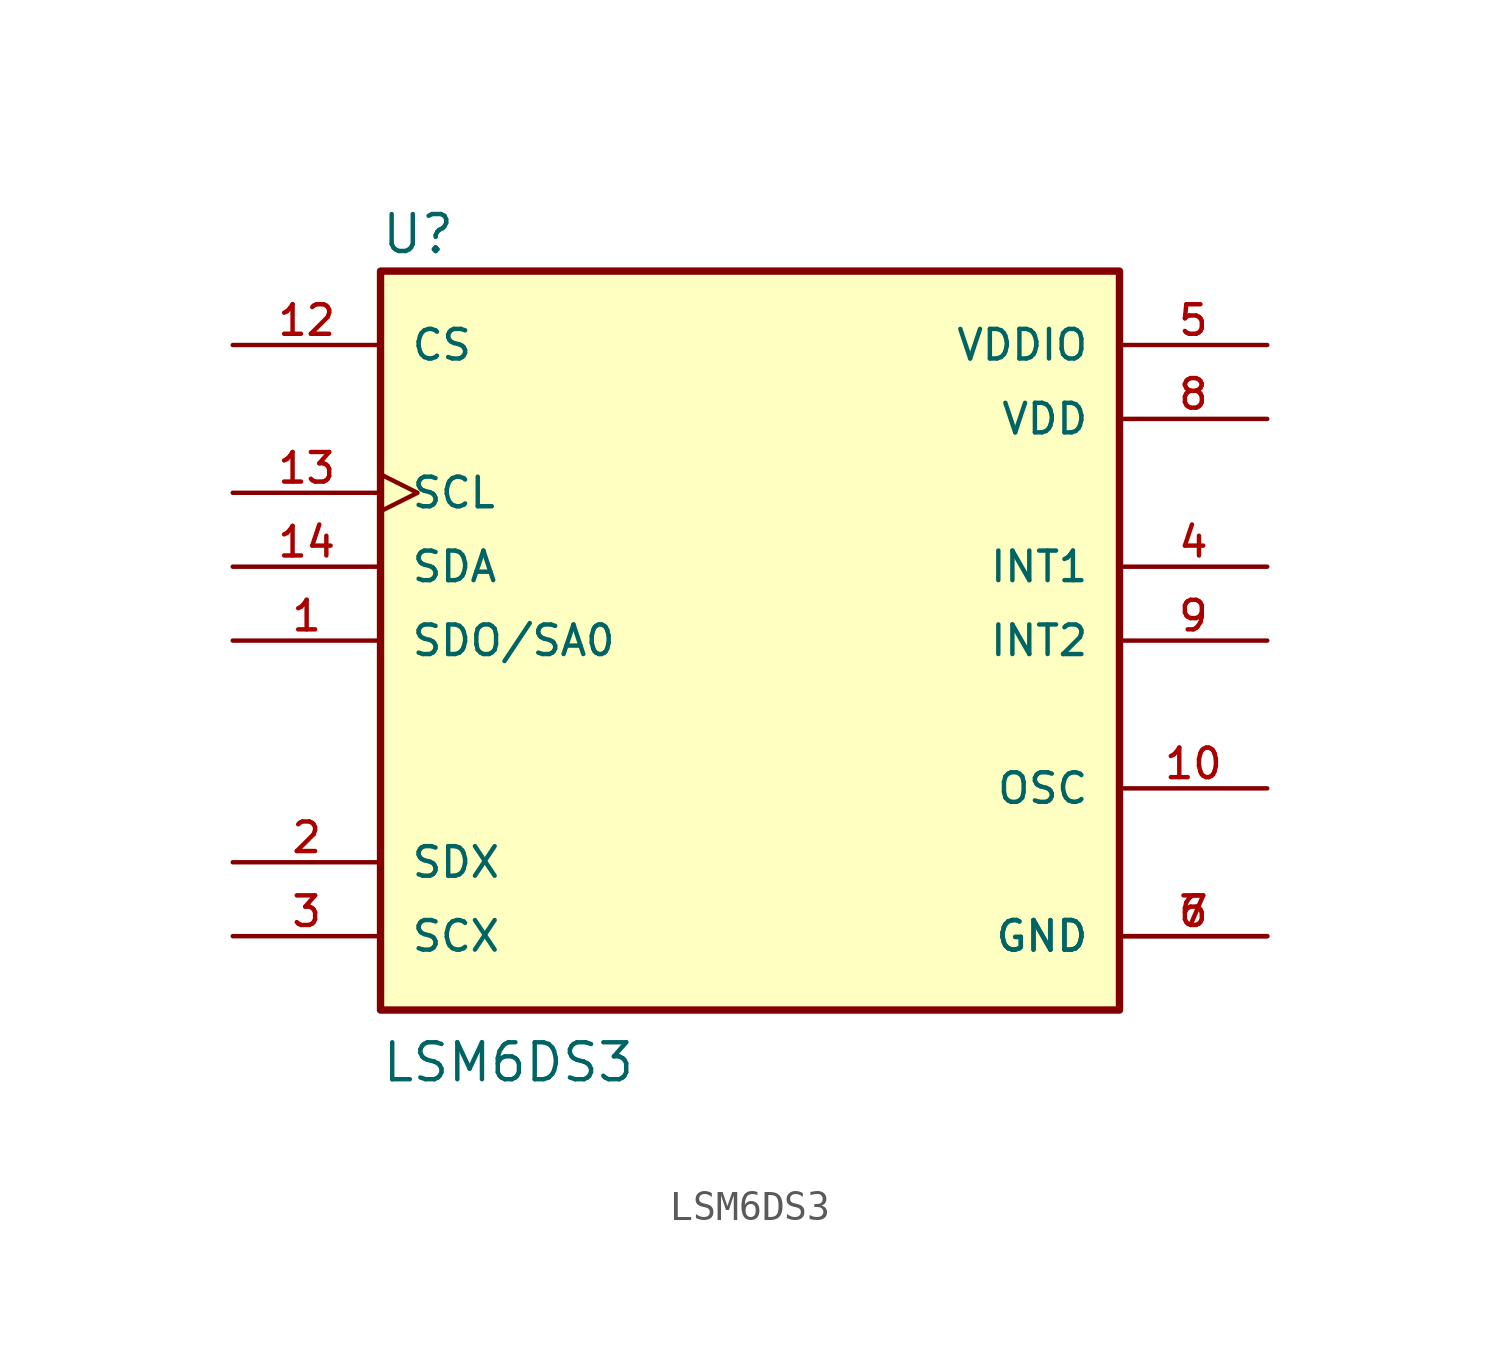
<source format=kicad_sym>
(kicad_symbol_lib
  (version 20220914)
  (generator kicad_symbol_editor)
  (symbol "LSM6DS3"
    (pin_names
      (offset 1.016))
    (property "Reference" "U"
      (at -12.72 13.229 0)
      (effects (font (size 1.27 1.27)) (justify left bottom)))
    (property "Value" "LSM6DS3"
      (at -12.701 -15.241 0)
      (effects (font (size 1.27 1.27)) (justify left bottom)))
    (symbol "LSM6DS3_0_0"
      (rectangle (start -12.7 -12.7) (end 12.7 12.7) (stroke (width 0.254) (type default)) (fill (type background)))
      (pin bidirectional line (at -17.78 0 0) (length 5.08) (name "SDO/SA0" (effects (font (size 1.016 1.016)))) (number "1" (effects (font (size 1.016 1.016)))))
      (pin bidirectional line (at 17.78 -5.08 180) (length 5.08) (name "OSC" (effects (font (size 1.016 1.016)))) (number "10" (effects (font (size 1.016 1.016)))))
      (pin input line (at -17.78 10.16 0) (length 5.08) (name "CS" (effects (font (size 1.016 1.016)))) (number "12" (effects (font (size 1.016 1.016)))))
      (pin input clock (at -17.78 5.08 0) (length 5.08) (name "SCL" (effects (font (size 1.016 1.016)))) (number "13" (effects (font (size 1.016 1.016)))))
      (pin bidirectional line (at -17.78 2.54 0) (length 5.08) (name "SDA" (effects (font (size 1.016 1.016)))) (number "14" (effects (font (size 1.016 1.016)))))
      (pin bidirectional line (at -17.78 -7.62 0) (length 5.08) (name "SDX" (effects (font (size 1.016 1.016)))) (number "2" (effects (font (size 1.016 1.016)))))
      (pin bidirectional line (at -17.78 -10.16 0) (length 5.08) (name "SCX" (effects (font (size 1.016 1.016)))) (number "3" (effects (font (size 1.016 1.016)))))
      (pin output line (at 17.78 2.54 180) (length 5.08) (name "INT1" (effects (font (size 1.016 1.016)))) (number "4" (effects (font (size 1.016 1.016)))))
      (pin power_in line (at 17.78 10.16 180) (length 5.08) (name "VDDIO" (effects (font (size 1.016 1.016)))) (number "5" (effects (font (size 1.016 1.016)))))
      (pin power_in line (at 17.78 -10.16 180) (length 5.08) (name "GND" (effects (font (size 1.016 1.016)))) (number "6" (effects (font (size 1.016 1.016)))))
      (pin power_in line (at 17.78 -10.16 180) (length 5.08) (name "GND" (effects (font (size 1.016 1.016)))) (number "7" (effects (font (size 1.016 1.016)))))
      (pin power_in line (at 17.78 7.62 180) (length 5.08) (name "VDD" (effects (font (size 1.016 1.016)))) (number "8" (effects (font (size 1.016 1.016)))))
      (pin output line (at 17.78 0 180) (length 5.08) (name "INT2" (effects (font (size 1.016 1.016)))) (number "9" (effects (font (size 1.016 1.016))))))))
</source>
